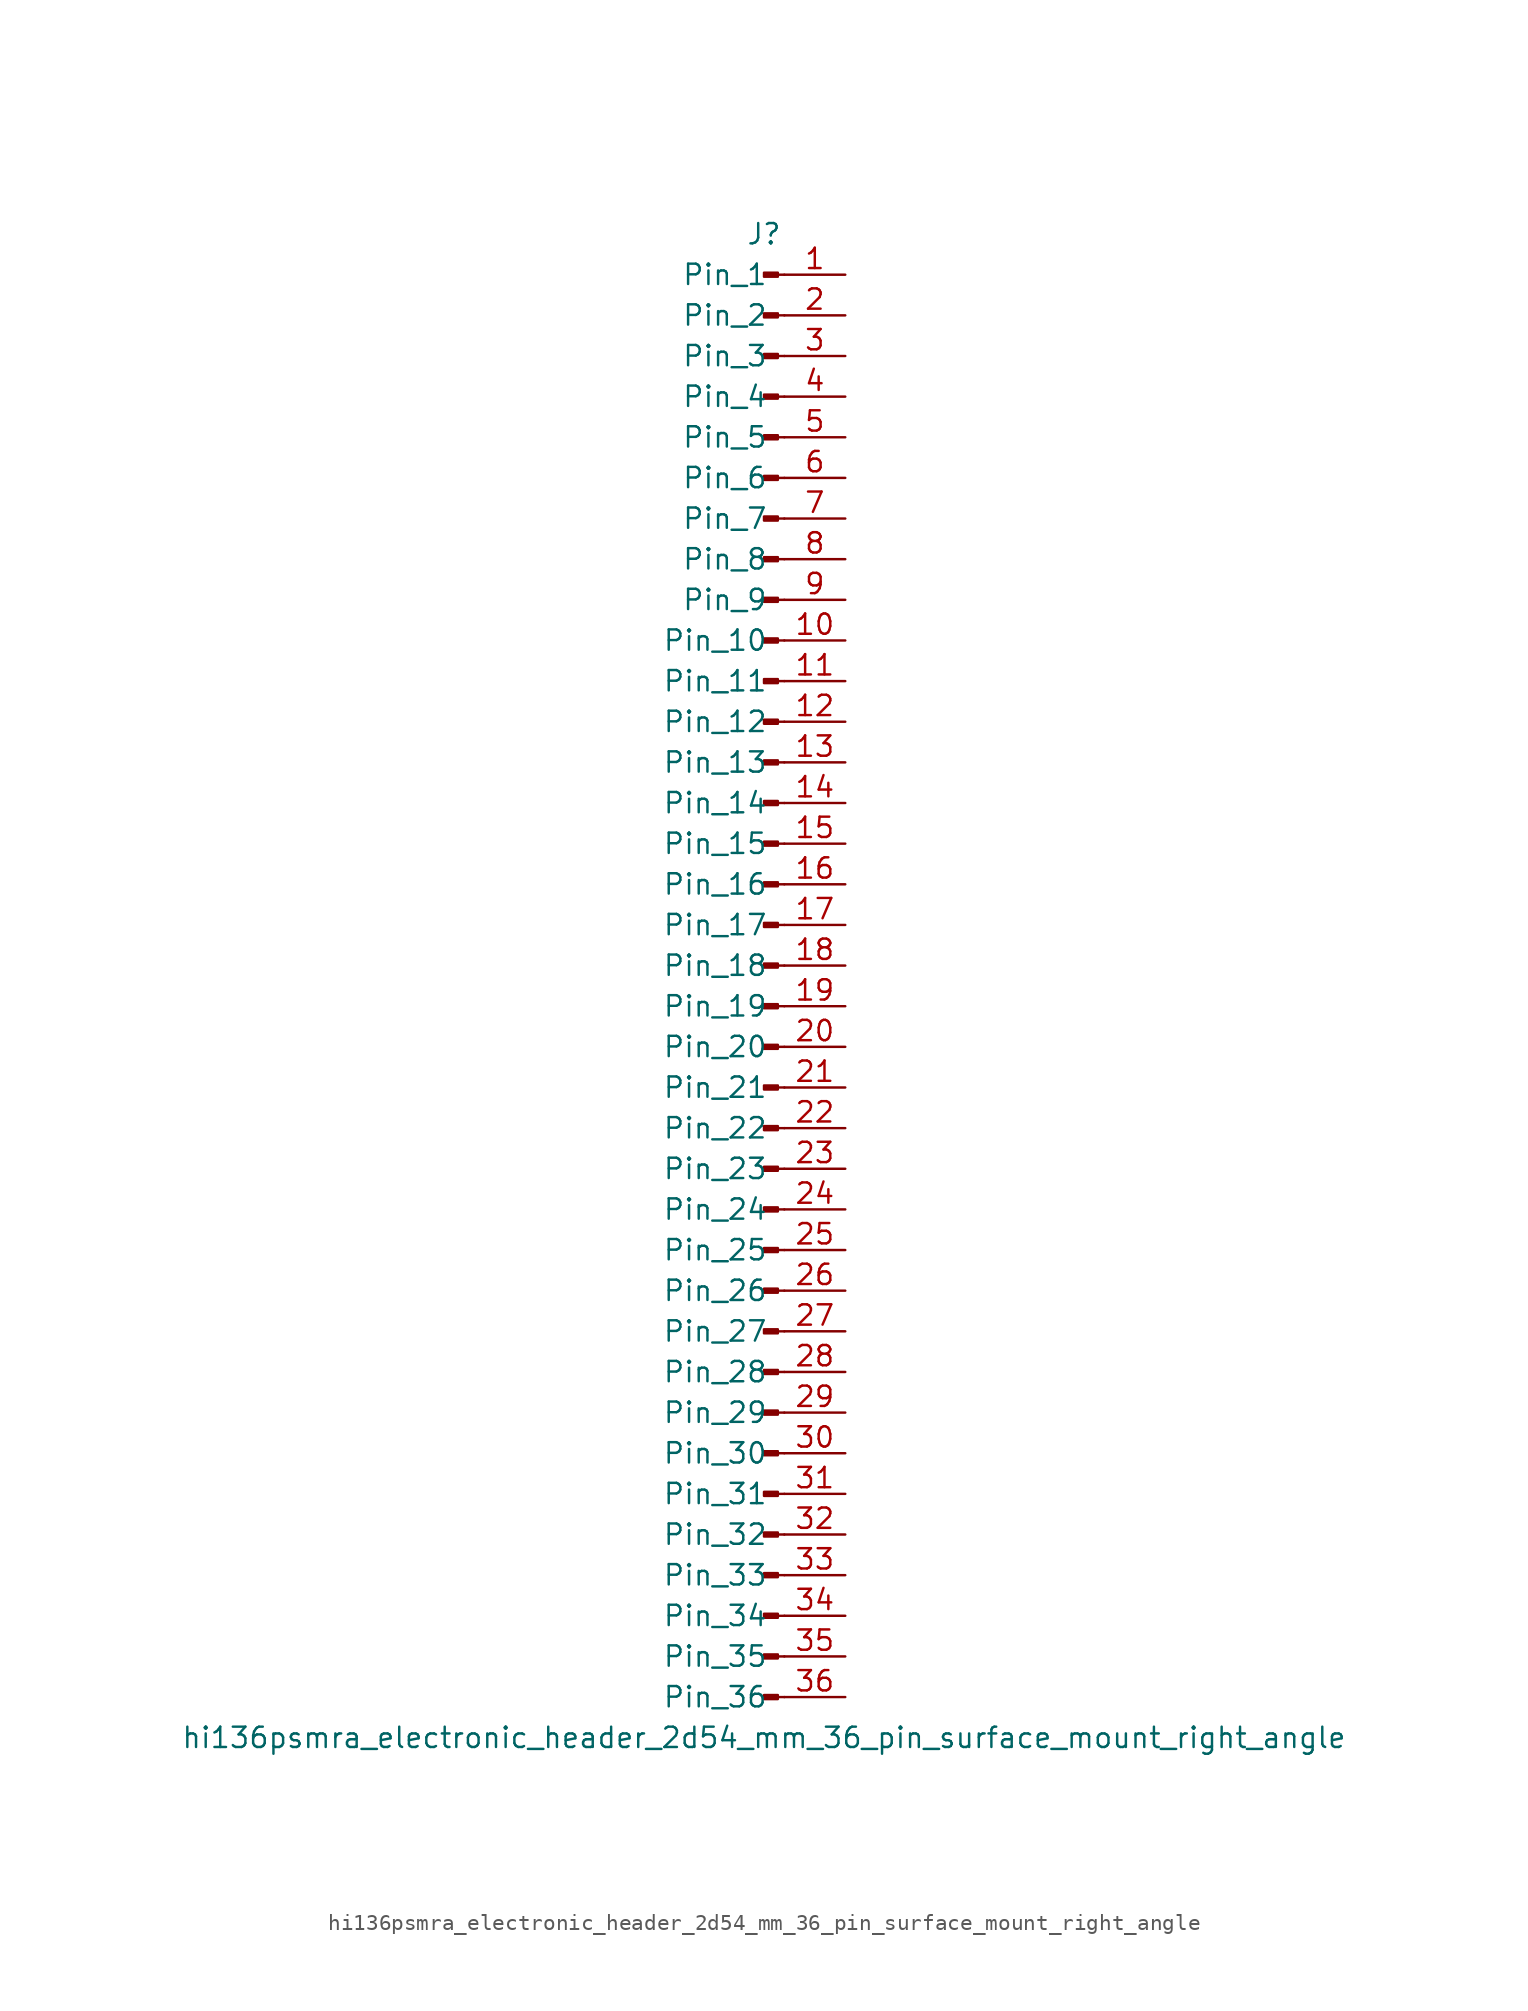
<source format=kicad_sym>
(kicad_symbol_lib
  (version 20220914)
  (generator kicad_symbol_editor)
  (symbol "hi136psmra_electronic_header_2d54_mm_36_pin_surface_mount_right_angle"
    (pin_names
      (offset 1.016))
    (property "Reference" "J"
      (at 0 45.72 0)
      (effects (font (size 1.27 1.27))))
    (property "Value" "hi136psmra_electronic_header_2d54_mm_36_pin_surface_mount_right_angle"
      (at 0 -48.26 0)
      (effects (font (size 1.27 1.27))))
    (property "ki_locked" ""
      (at 0 0 0)
      (effects (font (size 1.27 1.27))))
    (symbol "hi136psmra_electronic_header_2d54_mm_36_pin_surface_mount_right_angle_1_1"
      (polyline (pts (xy 1.27 -45.72) (xy 0.864 -45.72)) (stroke (width 0.152) (type default)) (fill (type none)))
      (polyline (pts (xy 1.27 -43.18) (xy 0.864 -43.18)) (stroke (width 0.152) (type default)) (fill (type none)))
      (polyline (pts (xy 1.27 -40.64) (xy 0.864 -40.64)) (stroke (width 0.152) (type default)) (fill (type none)))
      (polyline (pts (xy 1.27 -38.1) (xy 0.864 -38.1)) (stroke (width 0.152) (type default)) (fill (type none)))
      (polyline (pts (xy 1.27 -35.56) (xy 0.864 -35.56)) (stroke (width 0.152) (type default)) (fill (type none)))
      (polyline (pts (xy 1.27 -33.02) (xy 0.864 -33.02)) (stroke (width 0.152) (type default)) (fill (type none)))
      (polyline (pts (xy 1.27 -30.48) (xy 0.864 -30.48)) (stroke (width 0.152) (type default)) (fill (type none)))
      (polyline (pts (xy 1.27 -27.94) (xy 0.864 -27.94)) (stroke (width 0.152) (type default)) (fill (type none)))
      (polyline (pts (xy 1.27 -25.4) (xy 0.864 -25.4)) (stroke (width 0.152) (type default)) (fill (type none)))
      (polyline (pts (xy 1.27 -22.86) (xy 0.864 -22.86)) (stroke (width 0.152) (type default)) (fill (type none)))
      (polyline (pts (xy 1.27 -20.32) (xy 0.864 -20.32)) (stroke (width 0.152) (type default)) (fill (type none)))
      (polyline (pts (xy 1.27 -17.78) (xy 0.864 -17.78)) (stroke (width 0.152) (type default)) (fill (type none)))
      (polyline (pts (xy 1.27 -15.24) (xy 0.864 -15.24)) (stroke (width 0.152) (type default)) (fill (type none)))
      (polyline (pts (xy 1.27 -12.7) (xy 0.864 -12.7)) (stroke (width 0.152) (type default)) (fill (type none)))
      (polyline (pts (xy 1.27 -10.16) (xy 0.864 -10.16)) (stroke (width 0.152) (type default)) (fill (type none)))
      (polyline (pts (xy 1.27 -7.62) (xy 0.864 -7.62)) (stroke (width 0.152) (type default)) (fill (type none)))
      (polyline (pts (xy 1.27 -5.08) (xy 0.864 -5.08)) (stroke (width 0.152) (type default)) (fill (type none)))
      (polyline (pts (xy 1.27 -2.54) (xy 0.864 -2.54)) (stroke (width 0.152) (type default)) (fill (type none)))
      (polyline (pts (xy 1.27 0) (xy 0.864 0)) (stroke (width 0.152) (type default)) (fill (type none)))
      (polyline (pts (xy 1.27 2.54) (xy 0.864 2.54)) (stroke (width 0.152) (type default)) (fill (type none)))
      (polyline (pts (xy 1.27 5.08) (xy 0.864 5.08)) (stroke (width 0.152) (type default)) (fill (type none)))
      (polyline (pts (xy 1.27 7.62) (xy 0.864 7.62)) (stroke (width 0.152) (type default)) (fill (type none)))
      (polyline (pts (xy 1.27 10.16) (xy 0.864 10.16)) (stroke (width 0.152) (type default)) (fill (type none)))
      (polyline (pts (xy 1.27 12.7) (xy 0.864 12.7)) (stroke (width 0.152) (type default)) (fill (type none)))
      (polyline (pts (xy 1.27 15.24) (xy 0.864 15.24)) (stroke (width 0.152) (type default)) (fill (type none)))
      (polyline (pts (xy 1.27 17.78) (xy 0.864 17.78)) (stroke (width 0.152) (type default)) (fill (type none)))
      (polyline (pts (xy 1.27 20.32) (xy 0.864 20.32)) (stroke (width 0.152) (type default)) (fill (type none)))
      (polyline (pts (xy 1.27 22.86) (xy 0.864 22.86)) (stroke (width 0.152) (type default)) (fill (type none)))
      (polyline (pts (xy 1.27 25.4) (xy 0.864 25.4)) (stroke (width 0.152) (type default)) (fill (type none)))
      (polyline (pts (xy 1.27 27.94) (xy 0.864 27.94)) (stroke (width 0.152) (type default)) (fill (type none)))
      (polyline (pts (xy 1.27 30.48) (xy 0.864 30.48)) (stroke (width 0.152) (type default)) (fill (type none)))
      (polyline (pts (xy 1.27 33.02) (xy 0.864 33.02)) (stroke (width 0.152) (type default)) (fill (type none)))
      (polyline (pts (xy 1.27 35.56) (xy 0.864 35.56)) (stroke (width 0.152) (type default)) (fill (type none)))
      (polyline (pts (xy 1.27 38.1) (xy 0.864 38.1)) (stroke (width 0.152) (type default)) (fill (type none)))
      (polyline (pts (xy 1.27 40.64) (xy 0.864 40.64)) (stroke (width 0.152) (type default)) (fill (type none)))
      (polyline (pts (xy 1.27 43.18) (xy 0.864 43.18)) (stroke (width 0.152) (type default)) (fill (type none)))
      (rectangle (start 0.864 -45.593) (end 0 -45.847) (stroke (width 0.152) (type default)) (fill (type outline)))
      (rectangle (start 0.864 -43.053) (end 0 -43.307) (stroke (width 0.152) (type default)) (fill (type outline)))
      (rectangle (start 0.864 -40.513) (end 0 -40.767) (stroke (width 0.152) (type default)) (fill (type outline)))
      (rectangle (start 0.864 -37.973) (end 0 -38.227) (stroke (width 0.152) (type default)) (fill (type outline)))
      (rectangle (start 0.864 -35.433) (end 0 -35.687) (stroke (width 0.152) (type default)) (fill (type outline)))
      (rectangle (start 0.864 -32.893) (end 0 -33.147) (stroke (width 0.152) (type default)) (fill (type outline)))
      (rectangle (start 0.864 -30.353) (end 0 -30.607) (stroke (width 0.152) (type default)) (fill (type outline)))
      (rectangle (start 0.864 -27.813) (end 0 -28.067) (stroke (width 0.152) (type default)) (fill (type outline)))
      (rectangle (start 0.864 -25.273) (end 0 -25.527) (stroke (width 0.152) (type default)) (fill (type outline)))
      (rectangle (start 0.864 -22.733) (end 0 -22.987) (stroke (width 0.152) (type default)) (fill (type outline)))
      (rectangle (start 0.864 -20.193) (end 0 -20.447) (stroke (width 0.152) (type default)) (fill (type outline)))
      (rectangle (start 0.864 -17.653) (end 0 -17.907) (stroke (width 0.152) (type default)) (fill (type outline)))
      (rectangle (start 0.864 -15.113) (end 0 -15.367) (stroke (width 0.152) (type default)) (fill (type outline)))
      (rectangle (start 0.864 -12.573) (end 0 -12.827) (stroke (width 0.152) (type default)) (fill (type outline)))
      (rectangle (start 0.864 -10.033) (end 0 -10.287) (stroke (width 0.152) (type default)) (fill (type outline)))
      (rectangle (start 0.864 -7.493) (end 0 -7.747) (stroke (width 0.152) (type default)) (fill (type outline)))
      (rectangle (start 0.864 -4.953) (end 0 -5.207) (stroke (width 0.152) (type default)) (fill (type outline)))
      (rectangle (start 0.864 -2.413) (end 0 -2.667) (stroke (width 0.152) (type default)) (fill (type outline)))
      (rectangle (start 0.864 0.127) (end 0 -0.127) (stroke (width 0.152) (type default)) (fill (type outline)))
      (rectangle (start 0.864 2.667) (end 0 2.413) (stroke (width 0.152) (type default)) (fill (type outline)))
      (rectangle (start 0.864 5.207) (end 0 4.953) (stroke (width 0.152) (type default)) (fill (type outline)))
      (rectangle (start 0.864 7.747) (end 0 7.493) (stroke (width 0.152) (type default)) (fill (type outline)))
      (rectangle (start 0.864 10.287) (end 0 10.033) (stroke (width 0.152) (type default)) (fill (type outline)))
      (rectangle (start 0.864 12.827) (end 0 12.573) (stroke (width 0.152) (type default)) (fill (type outline)))
      (rectangle (start 0.864 15.367) (end 0 15.113) (stroke (width 0.152) (type default)) (fill (type outline)))
      (rectangle (start 0.864 17.907) (end 0 17.653) (stroke (width 0.152) (type default)) (fill (type outline)))
      (rectangle (start 0.864 20.447) (end 0 20.193) (stroke (width 0.152) (type default)) (fill (type outline)))
      (rectangle (start 0.864 22.987) (end 0 22.733) (stroke (width 0.152) (type default)) (fill (type outline)))
      (rectangle (start 0.864 25.527) (end 0 25.273) (stroke (width 0.152) (type default)) (fill (type outline)))
      (rectangle (start 0.864 28.067) (end 0 27.813) (stroke (width 0.152) (type default)) (fill (type outline)))
      (rectangle (start 0.864 30.607) (end 0 30.353) (stroke (width 0.152) (type default)) (fill (type outline)))
      (rectangle (start 0.864 33.147) (end 0 32.893) (stroke (width 0.152) (type default)) (fill (type outline)))
      (rectangle (start 0.864 35.687) (end 0 35.433) (stroke (width 0.152) (type default)) (fill (type outline)))
      (rectangle (start 0.864 38.227) (end 0 37.973) (stroke (width 0.152) (type default)) (fill (type outline)))
      (rectangle (start 0.864 40.767) (end 0 40.513) (stroke (width 0.152) (type default)) (fill (type outline)))
      (rectangle (start 0.864 43.307) (end 0 43.053) (stroke (width 0.152) (type default)) (fill (type outline)))
      (pin passive line (at 5.08 43.18 180) (length 3.81) (name "Pin_1" (effects (font (size 1.27 1.27)))) (number "1" (effects (font (size 1.27 1.27)))))
      (pin passive line (at 5.08 20.32 180) (length 3.81) (name "Pin_10" (effects (font (size 1.27 1.27)))) (number "10" (effects (font (size 1.27 1.27)))))
      (pin passive line (at 5.08 17.78 180) (length 3.81) (name "Pin_11" (effects (font (size 1.27 1.27)))) (number "11" (effects (font (size 1.27 1.27)))))
      (pin passive line (at 5.08 15.24 180) (length 3.81) (name "Pin_12" (effects (font (size 1.27 1.27)))) (number "12" (effects (font (size 1.27 1.27)))))
      (pin passive line (at 5.08 12.7 180) (length 3.81) (name "Pin_13" (effects (font (size 1.27 1.27)))) (number "13" (effects (font (size 1.27 1.27)))))
      (pin passive line (at 5.08 10.16 180) (length 3.81) (name "Pin_14" (effects (font (size 1.27 1.27)))) (number "14" (effects (font (size 1.27 1.27)))))
      (pin passive line (at 5.08 7.62 180) (length 3.81) (name "Pin_15" (effects (font (size 1.27 1.27)))) (number "15" (effects (font (size 1.27 1.27)))))
      (pin passive line (at 5.08 5.08 180) (length 3.81) (name "Pin_16" (effects (font (size 1.27 1.27)))) (number "16" (effects (font (size 1.27 1.27)))))
      (pin passive line (at 5.08 2.54 180) (length 3.81) (name "Pin_17" (effects (font (size 1.27 1.27)))) (number "17" (effects (font (size 1.27 1.27)))))
      (pin passive line (at 5.08 0 180) (length 3.81) (name "Pin_18" (effects (font (size 1.27 1.27)))) (number "18" (effects (font (size 1.27 1.27)))))
      (pin passive line (at 5.08 -2.54 180) (length 3.81) (name "Pin_19" (effects (font (size 1.27 1.27)))) (number "19" (effects (font (size 1.27 1.27)))))
      (pin passive line (at 5.08 40.64 180) (length 3.81) (name "Pin_2" (effects (font (size 1.27 1.27)))) (number "2" (effects (font (size 1.27 1.27)))))
      (pin passive line (at 5.08 -5.08 180) (length 3.81) (name "Pin_20" (effects (font (size 1.27 1.27)))) (number "20" (effects (font (size 1.27 1.27)))))
      (pin passive line (at 5.08 -7.62 180) (length 3.81) (name "Pin_21" (effects (font (size 1.27 1.27)))) (number "21" (effects (font (size 1.27 1.27)))))
      (pin passive line (at 5.08 -10.16 180) (length 3.81) (name "Pin_22" (effects (font (size 1.27 1.27)))) (number "22" (effects (font (size 1.27 1.27)))))
      (pin passive line (at 5.08 -12.7 180) (length 3.81) (name "Pin_23" (effects (font (size 1.27 1.27)))) (number "23" (effects (font (size 1.27 1.27)))))
      (pin passive line (at 5.08 -15.24 180) (length 3.81) (name "Pin_24" (effects (font (size 1.27 1.27)))) (number "24" (effects (font (size 1.27 1.27)))))
      (pin passive line (at 5.08 -17.78 180) (length 3.81) (name "Pin_25" (effects (font (size 1.27 1.27)))) (number "25" (effects (font (size 1.27 1.27)))))
      (pin passive line (at 5.08 -20.32 180) (length 3.81) (name "Pin_26" (effects (font (size 1.27 1.27)))) (number "26" (effects (font (size 1.27 1.27)))))
      (pin passive line (at 5.08 -22.86 180) (length 3.81) (name "Pin_27" (effects (font (size 1.27 1.27)))) (number "27" (effects (font (size 1.27 1.27)))))
      (pin passive line (at 5.08 -25.4 180) (length 3.81) (name "Pin_28" (effects (font (size 1.27 1.27)))) (number "28" (effects (font (size 1.27 1.27)))))
      (pin passive line (at 5.08 -27.94 180) (length 3.81) (name "Pin_29" (effects (font (size 1.27 1.27)))) (number "29" (effects (font (size 1.27 1.27)))))
      (pin passive line (at 5.08 38.1 180) (length 3.81) (name "Pin_3" (effects (font (size 1.27 1.27)))) (number "3" (effects (font (size 1.27 1.27)))))
      (pin passive line (at 5.08 -30.48 180) (length 3.81) (name "Pin_30" (effects (font (size 1.27 1.27)))) (number "30" (effects (font (size 1.27 1.27)))))
      (pin passive line (at 5.08 -33.02 180) (length 3.81) (name "Pin_31" (effects (font (size 1.27 1.27)))) (number "31" (effects (font (size 1.27 1.27)))))
      (pin passive line (at 5.08 -35.56 180) (length 3.81) (name "Pin_32" (effects (font (size 1.27 1.27)))) (number "32" (effects (font (size 1.27 1.27)))))
      (pin passive line (at 5.08 -38.1 180) (length 3.81) (name "Pin_33" (effects (font (size 1.27 1.27)))) (number "33" (effects (font (size 1.27 1.27)))))
      (pin passive line (at 5.08 -40.64 180) (length 3.81) (name "Pin_34" (effects (font (size 1.27 1.27)))) (number "34" (effects (font (size 1.27 1.27)))))
      (pin passive line (at 5.08 -43.18 180) (length 3.81) (name "Pin_35" (effects (font (size 1.27 1.27)))) (number "35" (effects (font (size 1.27 1.27)))))
      (pin passive line (at 5.08 -45.72 180) (length 3.81) (name "Pin_36" (effects (font (size 1.27 1.27)))) (number "36" (effects (font (size 1.27 1.27)))))
      (pin passive line (at 5.08 35.56 180) (length 3.81) (name "Pin_4" (effects (font (size 1.27 1.27)))) (number "4" (effects (font (size 1.27 1.27)))))
      (pin passive line (at 5.08 33.02 180) (length 3.81) (name "Pin_5" (effects (font (size 1.27 1.27)))) (number "5" (effects (font (size 1.27 1.27)))))
      (pin passive line (at 5.08 30.48 180) (length 3.81) (name "Pin_6" (effects (font (size 1.27 1.27)))) (number "6" (effects (font (size 1.27 1.27)))))
      (pin passive line (at 5.08 27.94 180) (length 3.81) (name "Pin_7" (effects (font (size 1.27 1.27)))) (number "7" (effects (font (size 1.27 1.27)))))
      (pin passive line (at 5.08 25.4 180) (length 3.81) (name "Pin_8" (effects (font (size 1.27 1.27)))) (number "8" (effects (font (size 1.27 1.27)))))
      (pin passive line (at 5.08 22.86 180) (length 3.81) (name "Pin_9" (effects (font (size 1.27 1.27)))) (number "9" (effects (font (size 1.27 1.27))))))))
</source>
